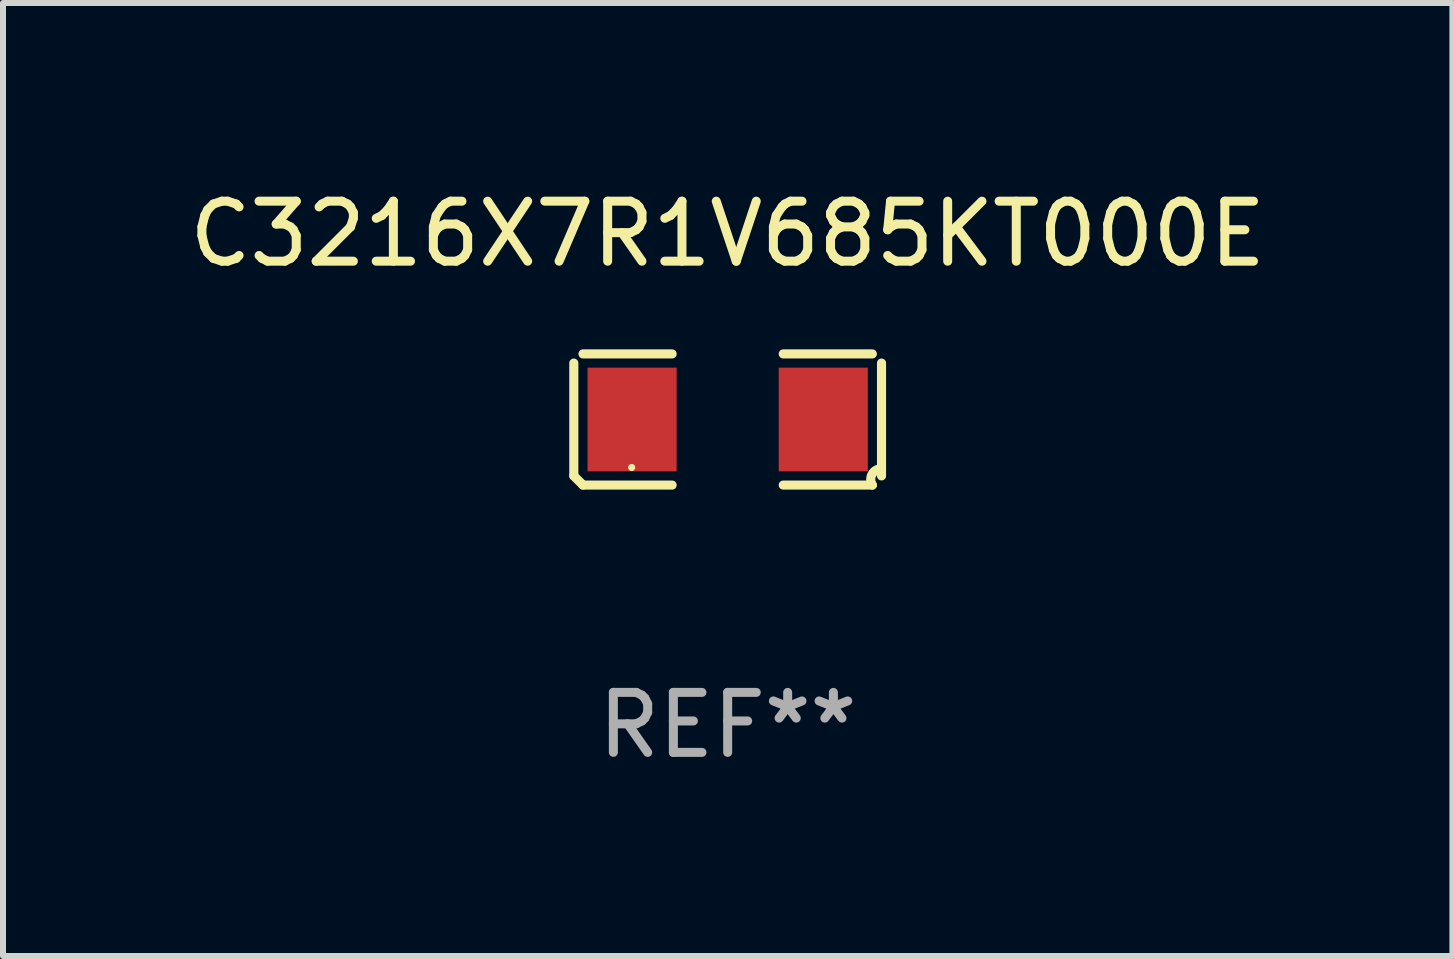
<source format=kicad_pcb>
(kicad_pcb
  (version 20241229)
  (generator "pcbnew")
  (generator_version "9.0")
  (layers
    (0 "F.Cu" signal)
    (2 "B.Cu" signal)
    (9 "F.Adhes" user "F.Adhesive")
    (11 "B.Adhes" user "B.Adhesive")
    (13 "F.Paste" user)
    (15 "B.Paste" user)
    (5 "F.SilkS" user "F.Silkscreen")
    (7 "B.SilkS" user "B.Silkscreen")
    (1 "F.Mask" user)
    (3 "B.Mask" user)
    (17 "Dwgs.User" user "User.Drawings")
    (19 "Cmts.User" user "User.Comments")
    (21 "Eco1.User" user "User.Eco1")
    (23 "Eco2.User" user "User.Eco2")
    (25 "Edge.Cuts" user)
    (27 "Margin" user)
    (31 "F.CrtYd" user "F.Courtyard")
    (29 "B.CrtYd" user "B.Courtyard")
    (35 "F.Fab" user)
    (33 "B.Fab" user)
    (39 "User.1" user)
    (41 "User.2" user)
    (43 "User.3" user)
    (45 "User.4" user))
  (footprint "C3216X7R1V685KT000E"
    (layer "F.Cu")
    (at 9.077 3.941)
    (property "Reference" "C3216X7R1V685KT000E" (at 0 -3.093 0) (layer "F.SilkS") (effects (font (size 1 1) (thickness 0.15))))
    (attr through_hole)
    (fp_line (start -2.564 0.94) (end -2.564 -0.94) (stroke (width 0.152) (type solid)) (layer "F.SilkS"))
    (fp_line (start -2.411 -1.093) (end -0.926 -1.093) (stroke (width 0.152) (type solid)) (layer "F.SilkS"))
    (fp_line (start -0.926 1.093) (end -2.411 1.093) (stroke (width 0.152) (type solid)) (layer "F.SilkS"))
    (fp_line (start 0.926 1.093) (end 2.411 1.093) (stroke (width 0.152) (type solid)) (layer "F.SilkS"))
    (fp_line (start 2.411 -1.093) (end 0.926 -1.093) (stroke (width 0.152) (type solid)) (layer "F.SilkS"))
    (fp_line (start 2.564 0.94) (end 2.564 -0.94) (stroke (width 0.152) (type solid)) (layer "F.SilkS"))
    (fp_arc (start -2.411201 1.092609) (mid -2.487413 1.01642) (end -2.563602 0.940208) (stroke (width 0.1524) (type solid)) (layer "F.SilkS"))
    (fp_arc (start 2.411201 1.092609) (mid 2.407159 0.911226) (end 2.563602 0.819347) (stroke (width 0.1524) (type solid)) (layer "F.SilkS"))
    (fp_circle (center -1.6 0.8) (end -1.57 0.8) (stroke (width 0.06) (type solid)) (fill no) (layer "F.SilkS"))
    (fp_text user "REF**" (at 0 5.093 0) (layer "F.Fab") (effects (font (size 1 1) (thickness 0.15))))
    (pad "1" smd rect (at -1.593 0) (size 1.485 1.728) (layers "F.Cu" "F.Mask" "F.Paste"))
    (pad "2" smd rect (at 1.593 0) (size 1.485 1.728) (layers "F.Cu" "F.Mask" "F.Paste")))
  (gr_rect
    (start -3 -3)
    (end 21.155 12.882)
    (stroke (width 0.1) (type default))
    (fill no)
    (layer "Edge.Cuts")))
</source>
